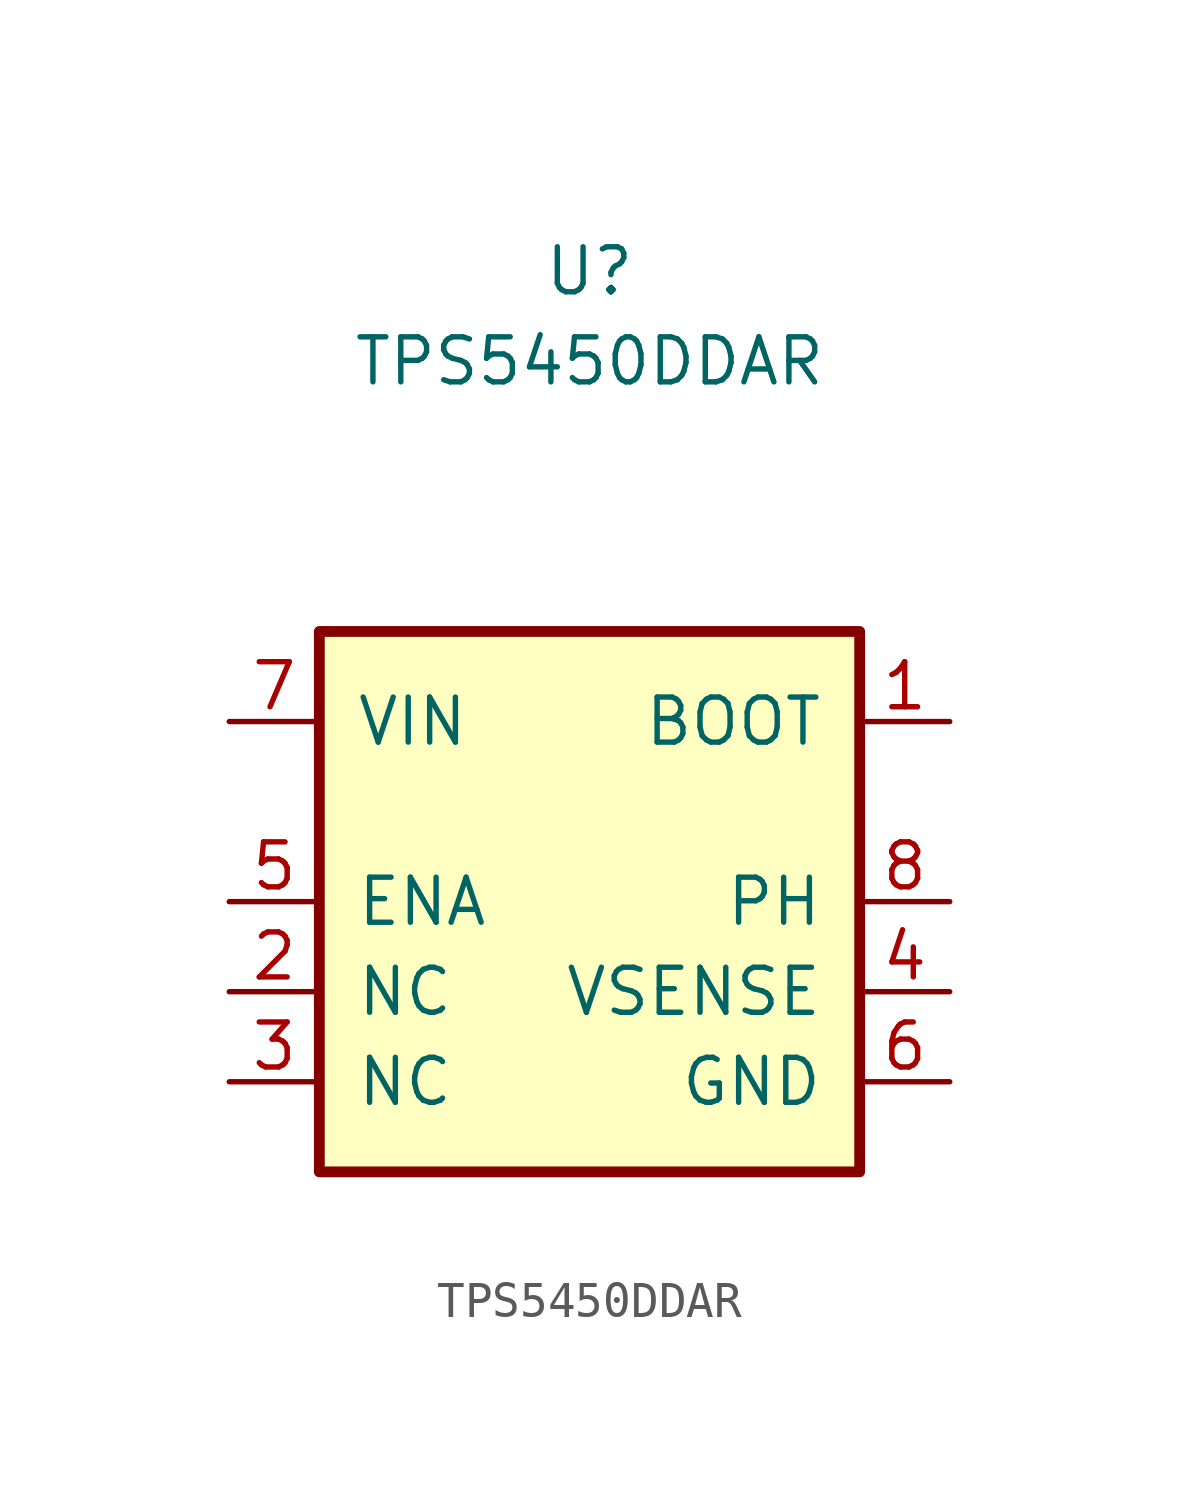
<source format=kicad_sym>
(kicad_symbol_lib
  (version 20220914)
  (generator kicad_symbol_editor)
  (symbol "TPS5450DDAR"
    (pin_names
      (offset 1.016))
    (property "Reference" "U"
      (at 0 17.78 0)
      (effects (font (size 1.27 1.27))))
    (property "Value" "TPS5450DDAR"
      (at 0 15.24 0)
      (effects (font (size 1.27 1.27))))
    (symbol "TPS5450DDAR_0_1"
      (rectangle (start -7.62 7.62) (end 7.62 -7.62) (stroke (width 0.305) (type default)) (fill (type background))))
    (symbol "TPS5450DDAR_1_1"
      (pin output line (at 10.16 5.08 180) (length 2.54) (name "BOOT" (effects (font (size 1.27 1.27)))) (number "1" (effects (font (size 1.27 1.27)))))
      (pin passive line (at -10.16 -2.54 0) (length 2.54) (name "NC" (effects (font (size 1.27 1.27)))) (number "2" (effects (font (size 1.27 1.27)))))
      (pin passive line (at -10.16 -5.08 0) (length 2.54) (name "NC" (effects (font (size 1.27 1.27)))) (number "3" (effects (font (size 1.27 1.27)))))
      (pin input line (at 10.16 -2.54 180) (length 2.54) (name "VSENSE" (effects (font (size 1.27 1.27)))) (number "4" (effects (font (size 1.27 1.27)))))
      (pin input line (at -10.16 0 0) (length 2.54) (name "ENA" (effects (font (size 1.27 1.27)))) (number "5" (effects (font (size 1.27 1.27)))))
      (pin power_in line (at 10.16 -5.08 180) (length 2.54) (name "GND" (effects (font (size 1.27 1.27)))) (number "6" (effects (font (size 1.27 1.27)))))
      (pin power_in line (at -10.16 5.08 0) (length 2.54) (name "VIN" (effects (font (size 1.27 1.27)))) (number "7" (effects (font (size 1.27 1.27)))))
      (pin output line (at 10.16 0 180) (length 2.54) (name "PH" (effects (font (size 1.27 1.27)))) (number "8" (effects (font (size 1.27 1.27)))))
      (pin power_in line (at 10.16 -5.08 180) (length 2.54) hide (name "GND" (effects (font (size 1.27 1.27)))) (number "9" (effects (font (size 1.27 1.27))))))))
</source>
